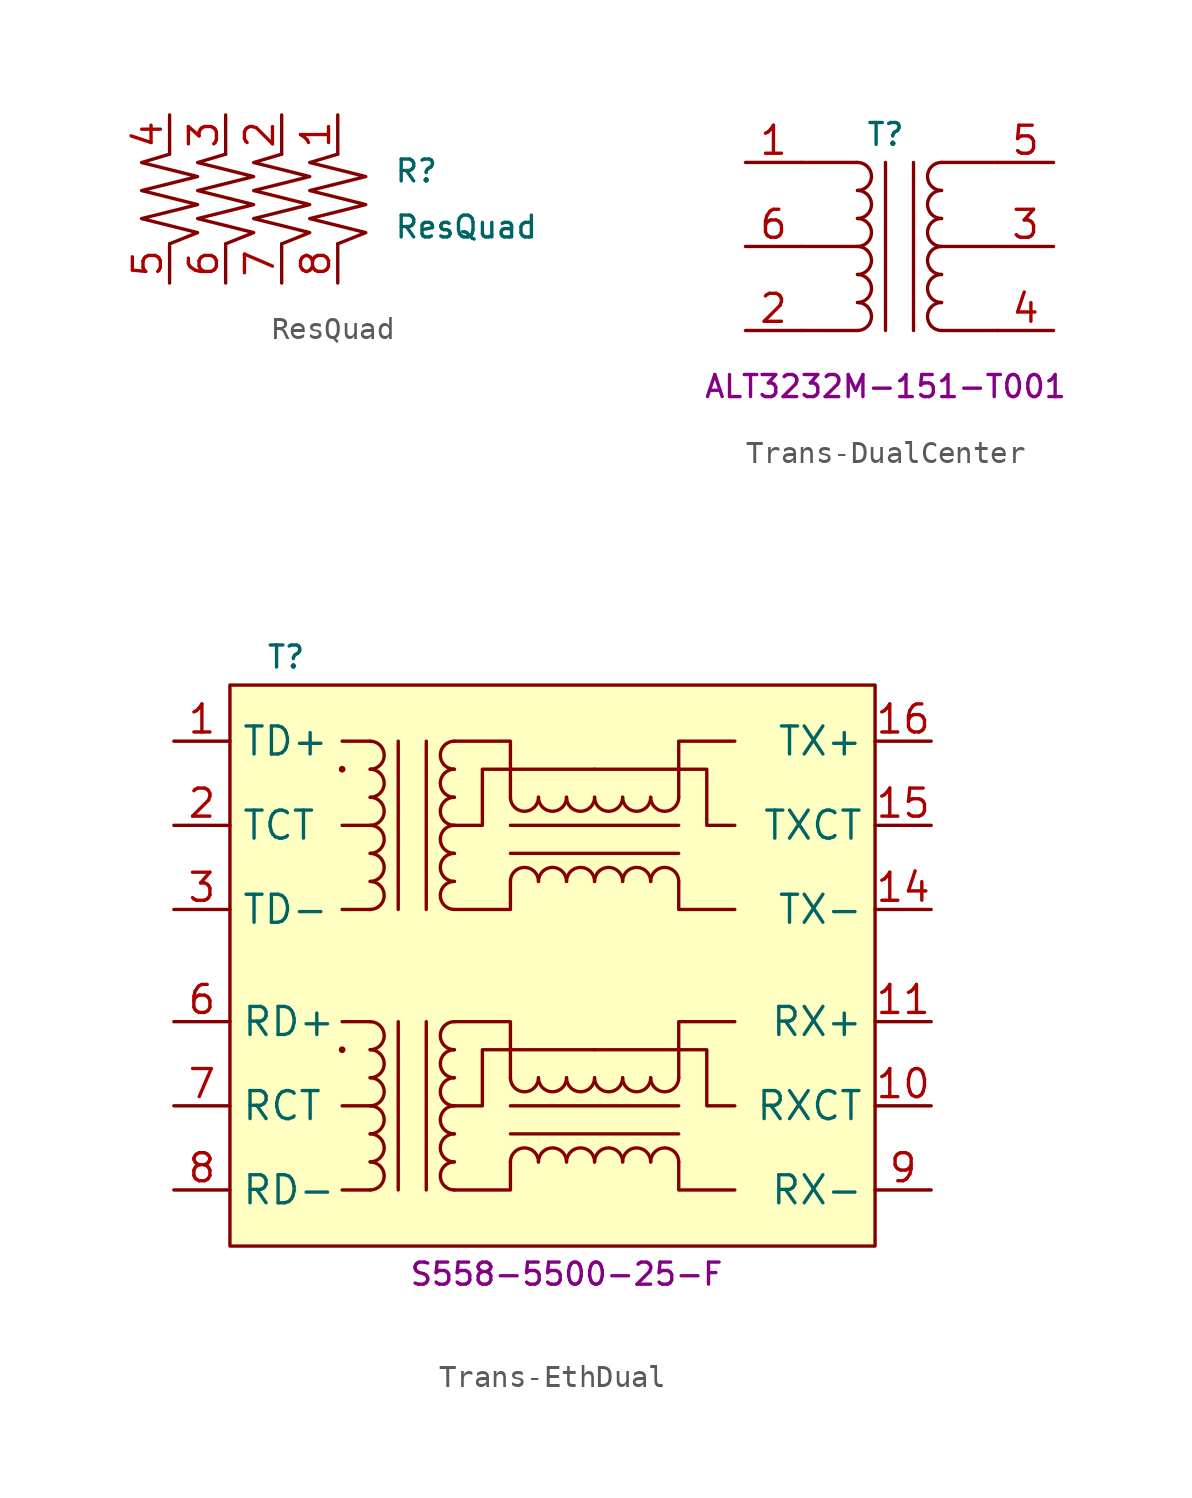
<source format=kicad_sym>
(kicad_symbol_lib
  (version 20220914)
  (generator kicad_symbol_editor)
  (symbol "ResQuad"
    (pin_names hide)
    (property "Reference" "R"
      (at 6.35 1.27 0)
      (effects (font (size 0.991 0.991)) (justify left)))
    (property "Value" "ResQuad"
      (at 6.35 -1.27 0)
      (effects (font (size 0.991 0.991)) (justify left)))
    (symbol "ResQuad_0_1"
      (polyline (pts (xy -3.81 2.032) (xy -5.08 1.651) (xy -2.54 1.016) (xy -5.08 0.381) (xy -2.54 -0.254) (xy -5.08 -0.889) (xy -2.54 -1.524) (xy -3.81 -2.032)) (stroke (width 0) (type default)) (fill (type none)))
      (polyline (pts (xy -1.27 2.032) (xy -2.54 1.651) (xy 0 1.016) (xy -2.54 0.381) (xy 0 -0.254) (xy -2.54 -0.889) (xy 0 -1.524) (xy -1.27 -2.032)) (stroke (width 0) (type default)) (fill (type none)))
      (polyline (pts (xy 1.27 2.032) (xy 0 1.651) (xy 2.54 1.016) (xy 0 0.381) (xy 2.54 -0.254) (xy 0 -0.889) (xy 2.54 -1.524) (xy 1.27 -2.032)) (stroke (width 0) (type default)) (fill (type none)))
      (polyline (pts (xy 3.81 2.032) (xy 2.54 1.651) (xy 5.08 1.016) (xy 2.54 0.381) (xy 5.08 -0.254) (xy 2.54 -0.889) (xy 5.08 -1.524) (xy 3.81 -2.032)) (stroke (width 0) (type default)) (fill (type none))))
    (symbol "ResQuad_1_1"
      (pin passive line (at 3.81 3.81 270) (length 1.778) (name "1" (effects (font (size 1.27 1.27)))) (number "1" (effects (font (size 1.27 1.27)))))
      (pin passive line (at 1.27 3.81 270) (length 1.778) (name "2" (effects (font (size 1.27 1.27)))) (number "2" (effects (font (size 1.27 1.27)))))
      (pin passive line (at -1.27 3.81 270) (length 1.778) (name "3" (effects (font (size 1.27 1.27)))) (number "3" (effects (font (size 1.27 1.27)))))
      (pin passive line (at -3.81 3.81 270) (length 1.778) (name "4" (effects (font (size 1.27 1.27)))) (number "4" (effects (font (size 1.27 1.27)))))
      (pin passive line (at -3.81 -3.81 90) (length 1.778) (name "5" (effects (font (size 1.27 1.27)))) (number "5" (effects (font (size 1.27 1.27)))))
      (pin passive line (at -1.27 -3.81 90) (length 1.778) (name "6" (effects (font (size 1.27 1.27)))) (number "6" (effects (font (size 1.27 1.27)))))
      (pin passive line (at 1.27 -3.81 90) (length 1.778) (name "7" (effects (font (size 1.27 1.27)))) (number "7" (effects (font (size 1.27 1.27)))))
      (pin passive line (at 3.81 -3.81 90) (length 1.778) (name "8" (effects (font (size 1.27 1.27)))) (number "8" (effects (font (size 1.27 1.27)))))))
  (symbol "Trans-DualCenter"
    (property "Reference" "T"
      (at 0 5.08 0)
      (effects (font (size 0.991 0.991))))
    (property "MPN" "ALT3232M-151-T001"
      (at 0 -6.35 0)
      (effects (font (size 1 1))))
    (symbol "Trans-DualCenter_0_1"
      (arc (start -1.27 -1.27) (mid -0.6377 -0.635) (end -1.27 0) (stroke (width 0) (type default)) (fill (type none)))
      (arc (start -1.27 0) (mid -0.6377 0.635) (end -1.27 1.27) (stroke (width 0) (type default)) (fill (type none)))
      (arc (start -1.27 1.27) (mid -0.6377 1.905) (end -1.27 2.54) (stroke (width 0) (type default)) (fill (type none)))
      (arc (start -1.27 2.54) (mid -0.6377 3.175) (end -1.27 3.81) (stroke (width 0) (type default)) (fill (type none)))
      (polyline (pts (xy -1.27 -3.81) (xy -3.81 -3.81)) (stroke (width 0) (type default)) (fill (type none)))
      (polyline (pts (xy -1.27 0) (xy -3.81 0)) (stroke (width 0) (type default)) (fill (type none)))
      (polyline (pts (xy -1.27 3.81) (xy -3.81 3.81)) (stroke (width 0) (type default)) (fill (type none)))
      (polyline (pts (xy 0 3.81) (xy 0 -3.81)) (stroke (width 0) (type default)) (fill (type none)))
      (polyline (pts (xy 1.27 -3.81) (xy 1.27 3.81)) (stroke (width 0) (type default)) (fill (type none)))
      (polyline (pts (xy 5.08 -3.81) (xy 2.54 -3.81)) (stroke (width 0) (type default)) (fill (type none)))
      (polyline (pts (xy 5.08 0) (xy 2.54 0)) (stroke (width 0) (type default)) (fill (type none)))
      (polyline (pts (xy 5.08 3.81) (xy 2.54 3.81)) (stroke (width 0) (type default)) (fill (type none))))
    (symbol "Trans-DualCenter_1_1"
      (arc (start -1.27 -3.81) (mid -0.6377 -3.175) (end -1.27 -2.54) (stroke (width 0) (type default)) (fill (type none)))
      (arc (start -1.27 -2.54) (mid -0.6377 -1.905) (end -1.27 -1.27) (stroke (width 0) (type default)) (fill (type none)))
      (arc (start 2.54 -2.54) (mid 1.9077 -3.175) (end 2.54 -3.81) (stroke (width 0) (type default)) (fill (type none)))
      (arc (start 2.54 -1.27) (mid 1.9077 -1.905) (end 2.54 -2.54) (stroke (width 0) (type default)) (fill (type none)))
      (arc (start 2.54 0) (mid 1.9077 -0.635) (end 2.54 -1.27) (stroke (width 0) (type default)) (fill (type none)))
      (arc (start 2.54 1.27) (mid 1.9077 0.635) (end 2.54 0) (stroke (width 0) (type default)) (fill (type none)))
      (arc (start 2.54 2.54) (mid 1.9077 1.905) (end 2.54 1.27) (stroke (width 0) (type default)) (fill (type none)))
      (arc (start 2.54 3.81) (mid 1.9077 3.175) (end 2.54 2.54) (stroke (width 0) (type default)) (fill (type none)))
      (pin passive line (at -6.35 3.81 0) (length 2.54) (name "~" (effects (font (size 1.27 1.27)))) (number "1" (effects (font (size 1.27 1.27)))))
      (pin passive line (at -6.35 -3.81 0) (length 2.54) (name "~" (effects (font (size 1.27 1.27)))) (number "2" (effects (font (size 1.27 1.27)))))
      (pin passive line (at 7.62 0 180) (length 2.54) (name "~" (effects (font (size 1.27 1.27)))) (number "3" (effects (font (size 1.27 1.27)))))
      (pin passive line (at 7.62 -3.81 180) (length 2.54) (name "~" (effects (font (size 1.27 1.27)))) (number "4" (effects (font (size 1.27 1.27)))))
      (pin passive line (at 7.62 3.81 180) (length 2.54) (name "~" (effects (font (size 1.27 1.27)))) (number "5" (effects (font (size 1.27 1.27)))))
      (pin passive line (at -6.35 0 0) (length 2.54) (name "~" (effects (font (size 1.27 1.27)))) (number "6" (effects (font (size 1.27 1.27)))))))
  (symbol "Trans-EthDual"
    (property "Reference" "T"
      (at -12.7 13.97 0)
      (effects (font (size 1 1))))
    (property "MPN" "S558-5500-25-F"
      (at 0 -13.97 0)
      (effects (font (size 1 1))))
    (symbol "Trans-EthDual_0_1"
      (rectangle (start -15.24 12.7) (end 13.97 -12.7) (stroke (width 0) (type default)) (fill (type background)))
      (circle (center -10.16 8.89) (radius 0.0001) (stroke (width 0) (type default)) (fill (type none)))
      (arc (start -8.89 5.08) (mid -8.2577 5.715) (end -8.89 6.35) (stroke (width 0) (type default)) (fill (type none)))
      (arc (start -8.89 6.35) (mid -8.2577 6.985) (end -8.89 7.62) (stroke (width 0) (type default)) (fill (type none)))
      (arc (start -8.89 7.62) (mid -8.2577 8.255) (end -8.89 8.89) (stroke (width 0) (type default)) (fill (type none)))
      (arc (start -8.89 8.89) (mid -8.2577 9.525) (end -8.89 10.16) (stroke (width 0) (type default)) (fill (type none)))
      (polyline (pts (xy -8.89 2.54) (xy -10.16 2.54)) (stroke (width 0) (type default)) (fill (type none)))
      (polyline (pts (xy -8.89 6.35) (xy -10.16 6.35)) (stroke (width 0) (type default)) (fill (type none)))
      (polyline (pts (xy -8.89 10.16) (xy -10.16 10.16)) (stroke (width 0) (type default)) (fill (type none)))
      (polyline (pts (xy -7.62 10.16) (xy -7.62 2.54)) (stroke (width 0) (type default)) (fill (type none)))
      (polyline (pts (xy -6.35 2.54) (xy -6.35 10.16)) (stroke (width 0) (type default)) (fill (type none)))
      (polyline (pts (xy -5.08 2.54) (xy -2.54 2.54) (xy -2.54 3.81)) (stroke (width 0) (type default)) (fill (type none)))
      (polyline (pts (xy -2.54 7.62) (xy -2.54 10.16) (xy -5.08 10.16)) (stroke (width 0) (type default)) (fill (type none)))
      (polyline (pts (xy 5.08 3.81) (xy 5.08 2.54) (xy 7.62 2.54)) (stroke (width 0) (type default)) (fill (type none)))
      (polyline (pts (xy 5.08 7.62) (xy 5.08 10.16) (xy 7.62 10.16)) (stroke (width 0) (type default)) (fill (type none)))
      (polyline (pts (xy -5.08 6.35) (xy -3.81 6.35) (xy -3.81 8.89) (xy 1.27 8.89)) (stroke (width 0) (type default)) (fill (type none)))
      (polyline (pts (xy 1.27 8.89) (xy 6.35 8.89) (xy 6.35 6.35) (xy 7.62 6.35)) (stroke (width 0) (type default)) (fill (type none))))
    (symbol "Trans-EthDual_1_1"
      (circle (center -10.16 -3.81) (radius 0.0001) (stroke (width 0) (type default)) (fill (type none)))
      (arc (start -8.89 -10.16) (mid -8.2577 -9.525) (end -8.89 -8.89) (stroke (width 0) (type default)) (fill (type none)))
      (arc (start -8.89 -8.89) (mid -8.2577 -8.255) (end -8.89 -7.62) (stroke (width 0) (type default)) (fill (type none)))
      (arc (start -8.89 -7.62) (mid -8.2577 -6.985) (end -8.89 -6.35) (stroke (width 0) (type default)) (fill (type none)))
      (arc (start -8.89 -6.35) (mid -8.2577 -5.715) (end -8.89 -5.08) (stroke (width 0) (type default)) (fill (type none)))
      (arc (start -8.89 -5.08) (mid -8.2577 -4.445) (end -8.89 -3.81) (stroke (width 0) (type default)) (fill (type none)))
      (arc (start -8.89 -3.81) (mid -8.2577 -3.175) (end -8.89 -2.54) (stroke (width 0) (type default)) (fill (type none)))
      (arc (start -8.89 2.54) (mid -8.2577 3.175) (end -8.89 3.81) (stroke (width 0) (type default)) (fill (type none)))
      (arc (start -8.89 3.81) (mid -8.2577 4.445) (end -8.89 5.08) (stroke (width 0) (type default)) (fill (type none)))
      (arc (start -5.08 -8.89) (mid -5.7123 -9.525) (end -5.08 -10.16) (stroke (width 0) (type default)) (fill (type none)))
      (arc (start -5.08 -7.62) (mid -5.7123 -8.255) (end -5.08 -8.89) (stroke (width 0) (type default)) (fill (type none)))
      (arc (start -5.08 -6.35) (mid -5.7123 -6.985) (end -5.08 -7.62) (stroke (width 0) (type default)) (fill (type none)))
      (arc (start -5.08 -5.08) (mid -5.7123 -5.715) (end -5.08 -6.35) (stroke (width 0) (type default)) (fill (type none)))
      (arc (start -5.08 -3.81) (mid -5.7123 -4.445) (end -5.08 -5.08) (stroke (width 0) (type default)) (fill (type none)))
      (arc (start -5.08 -2.54) (mid -5.7123 -3.175) (end -5.08 -3.81) (stroke (width 0) (type default)) (fill (type none)))
      (arc (start -5.08 3.81) (mid -5.7123 3.175) (end -5.08 2.54) (stroke (width 0) (type default)) (fill (type none)))
      (arc (start -5.08 5.08) (mid -5.7123 4.445) (end -5.08 3.81) (stroke (width 0) (type default)) (fill (type none)))
      (arc (start -5.08 6.35) (mid -5.7123 5.715) (end -5.08 5.08) (stroke (width 0) (type default)) (fill (type none)))
      (arc (start -5.08 7.62) (mid -5.7123 6.985) (end -5.08 6.35) (stroke (width 0) (type default)) (fill (type none)))
      (arc (start -5.08 8.89) (mid -5.7123 8.255) (end -5.08 7.62) (stroke (width 0) (type default)) (fill (type none)))
      (arc (start -5.08 10.16) (mid -5.7123 9.525) (end -5.08 8.89) (stroke (width 0) (type default)) (fill (type none)))
      (arc (start -2.54 -5.08) (mid -1.905 -5.7123) (end -1.27 -5.08) (stroke (width 0) (type default)) (fill (type none)))
      (arc (start -2.54 7.62) (mid -1.905 6.9877) (end -1.27 7.62) (stroke (width 0) (type default)) (fill (type none)))
      (arc (start -1.27 -8.89) (mid -1.905 -8.2577) (end -2.54 -8.89) (stroke (width 0) (type default)) (fill (type none)))
      (arc (start -1.27 -5.08) (mid -0.635 -5.7123) (end 0 -5.08) (stroke (width 0) (type default)) (fill (type none)))
      (arc (start -1.27 3.81) (mid -1.905 4.4423) (end -2.54 3.81) (stroke (width 0) (type default)) (fill (type none)))
      (arc (start -1.27 7.62) (mid -0.635 6.9877) (end 0 7.62) (stroke (width 0) (type default)) (fill (type none)))
      (arc (start 0 -8.89) (mid -0.635 -8.2577) (end -1.27 -8.89) (stroke (width 0) (type default)) (fill (type none)))
      (arc (start 0 -5.08) (mid 0.635 -5.7123) (end 1.27 -5.08) (stroke (width 0) (type default)) (fill (type none)))
      (polyline (pts (xy -8.89 -10.16) (xy -10.16 -10.16)) (stroke (width 0) (type default)) (fill (type none)))
      (polyline (pts (xy -8.89 -6.35) (xy -10.16 -6.35)) (stroke (width 0) (type default)) (fill (type none)))
      (polyline (pts (xy -8.89 -2.54) (xy -10.16 -2.54)) (stroke (width 0) (type default)) (fill (type none)))
      (polyline (pts (xy -7.62 -2.54) (xy -7.62 -10.16)) (stroke (width 0) (type default)) (fill (type none)))
      (polyline (pts (xy -6.35 -10.16) (xy -6.35 -2.54)) (stroke (width 0) (type default)) (fill (type none)))
      (polyline (pts (xy -2.54 -7.62) (xy 5.08 -7.62)) (stroke (width 0) (type default)) (fill (type none)))
      (polyline (pts (xy -2.54 5.08) (xy 5.08 5.08)) (stroke (width 0) (type default)) (fill (type none)))
      (polyline (pts (xy 5.08 -6.35) (xy -2.54 -6.35)) (stroke (width 0) (type default)) (fill (type none)))
      (polyline (pts (xy 5.08 6.35) (xy -2.54 6.35)) (stroke (width 0) (type default)) (fill (type none)))
      (polyline (pts (xy -5.08 -10.16) (xy -2.54 -10.16) (xy -2.54 -8.89)) (stroke (width 0) (type default)) (fill (type none)))
      (polyline (pts (xy -2.54 -5.08) (xy -2.54 -2.54) (xy -5.08 -2.54)) (stroke (width 0) (type default)) (fill (type none)))
      (polyline (pts (xy 5.08 -8.89) (xy 5.08 -10.16) (xy 7.62 -10.16)) (stroke (width 0) (type default)) (fill (type none)))
      (polyline (pts (xy 5.08 -5.08) (xy 5.08 -2.54) (xy 7.62 -2.54)) (stroke (width 0) (type default)) (fill (type none)))
      (polyline (pts (xy -5.08 -6.35) (xy -3.81 -6.35) (xy -3.81 -3.81) (xy 1.27 -3.81)) (stroke (width 0) (type default)) (fill (type none)))
      (polyline (pts (xy 1.27 -3.81) (xy 6.35 -3.81) (xy 6.35 -6.35) (xy 7.62 -6.35)) (stroke (width 0) (type default)) (fill (type none)))
      (arc (start 0 3.81) (mid -0.635 4.4423) (end -1.27 3.81) (stroke (width 0) (type default)) (fill (type none)))
      (arc (start 0 7.62) (mid 0.635 6.9877) (end 1.27 7.62) (stroke (width 0) (type default)) (fill (type none)))
      (arc (start 1.27 -8.89) (mid 0.635 -8.2577) (end 0 -8.89) (stroke (width 0) (type default)) (fill (type none)))
      (arc (start 1.27 -5.08) (mid 1.905 -5.7123) (end 2.54 -5.08) (stroke (width 0) (type default)) (fill (type none)))
      (arc (start 1.27 3.81) (mid 0.635 4.4423) (end 0 3.81) (stroke (width 0) (type default)) (fill (type none)))
      (arc (start 1.27 7.62) (mid 1.905 6.9877) (end 2.54 7.62) (stroke (width 0) (type default)) (fill (type none)))
      (arc (start 2.54 -8.89) (mid 1.905 -8.2577) (end 1.27 -8.89) (stroke (width 0) (type default)) (fill (type none)))
      (arc (start 2.54 -5.08) (mid 3.175 -5.7123) (end 3.81 -5.08) (stroke (width 0) (type default)) (fill (type none)))
      (arc (start 2.54 3.81) (mid 1.905 4.4423) (end 1.27 3.81) (stroke (width 0) (type default)) (fill (type none)))
      (arc (start 2.54 7.62) (mid 3.175 6.9877) (end 3.81 7.62) (stroke (width 0) (type default)) (fill (type none)))
      (arc (start 3.81 -8.89) (mid 3.175 -8.2577) (end 2.54 -8.89) (stroke (width 0) (type default)) (fill (type none)))
      (arc (start 3.81 -5.08) (mid 4.445 -5.7123) (end 5.08 -5.08) (stroke (width 0) (type default)) (fill (type none)))
      (arc (start 3.81 3.81) (mid 3.175 4.4423) (end 2.54 3.81) (stroke (width 0) (type default)) (fill (type none)))
      (arc (start 3.81 7.62) (mid 4.445 6.9877) (end 5.08 7.62) (stroke (width 0) (type default)) (fill (type none)))
      (arc (start 5.08 -8.89) (mid 4.445 -8.2577) (end 3.81 -8.89) (stroke (width 0) (type default)) (fill (type none)))
      (arc (start 5.08 3.81) (mid 4.445 4.4423) (end 3.81 3.81) (stroke (width 0) (type default)) (fill (type none)))
      (pin passive line (at -17.78 10.16 0) (length 2.54) (name "TD+" (effects (font (size 1.27 1.27)))) (number "1" (effects (font (size 1.27 1.27)))))
      (pin passive line (at 16.51 -6.35 180) (length 2.54) (name "RXCT" (effects (font (size 1.27 1.27)))) (number "10" (effects (font (size 1.27 1.27)))))
      (pin passive line (at 16.51 -2.54 180) (length 2.54) (name "RX+" (effects (font (size 1.27 1.27)))) (number "11" (effects (font (size 1.27 1.27)))))
      (pin passive line (at 16.51 2.54 180) (length 2.54) (name "TX-" (effects (font (size 1.27 1.27)))) (number "14" (effects (font (size 1.27 1.27)))))
      (pin passive line (at 16.51 6.35 180) (length 2.54) (name "TXCT" (effects (font (size 1.27 1.27)))) (number "15" (effects (font (size 1.27 1.27)))))
      (pin passive line (at 16.51 10.16 180) (length 2.54) (name "TX+" (effects (font (size 1.27 1.27)))) (number "16" (effects (font (size 1.27 1.27)))))
      (pin passive line (at -17.78 6.35 0) (length 2.54) (name "TCT" (effects (font (size 1.27 1.27)))) (number "2" (effects (font (size 1.27 1.27)))))
      (pin passive line (at -17.78 2.54 0) (length 2.54) (name "TD-" (effects (font (size 1.27 1.27)))) (number "3" (effects (font (size 1.27 1.27)))))
      (pin passive line (at -17.78 -2.54 0) (length 2.54) (name "RD+" (effects (font (size 1.27 1.27)))) (number "6" (effects (font (size 1.27 1.27)))))
      (pin passive line (at -17.78 -6.35 0) (length 2.54) (name "RCT" (effects (font (size 1.27 1.27)))) (number "7" (effects (font (size 1.27 1.27)))))
      (pin passive line (at -17.78 -10.16 0) (length 2.54) (name "RD-" (effects (font (size 1.27 1.27)))) (number "8" (effects (font (size 1.27 1.27)))))
      (pin passive line (at 16.51 -10.16 180) (length 2.54) (name "RX-" (effects (font (size 1.27 1.27)))) (number "9" (effects (font (size 1.27 1.27))))))))
</source>
